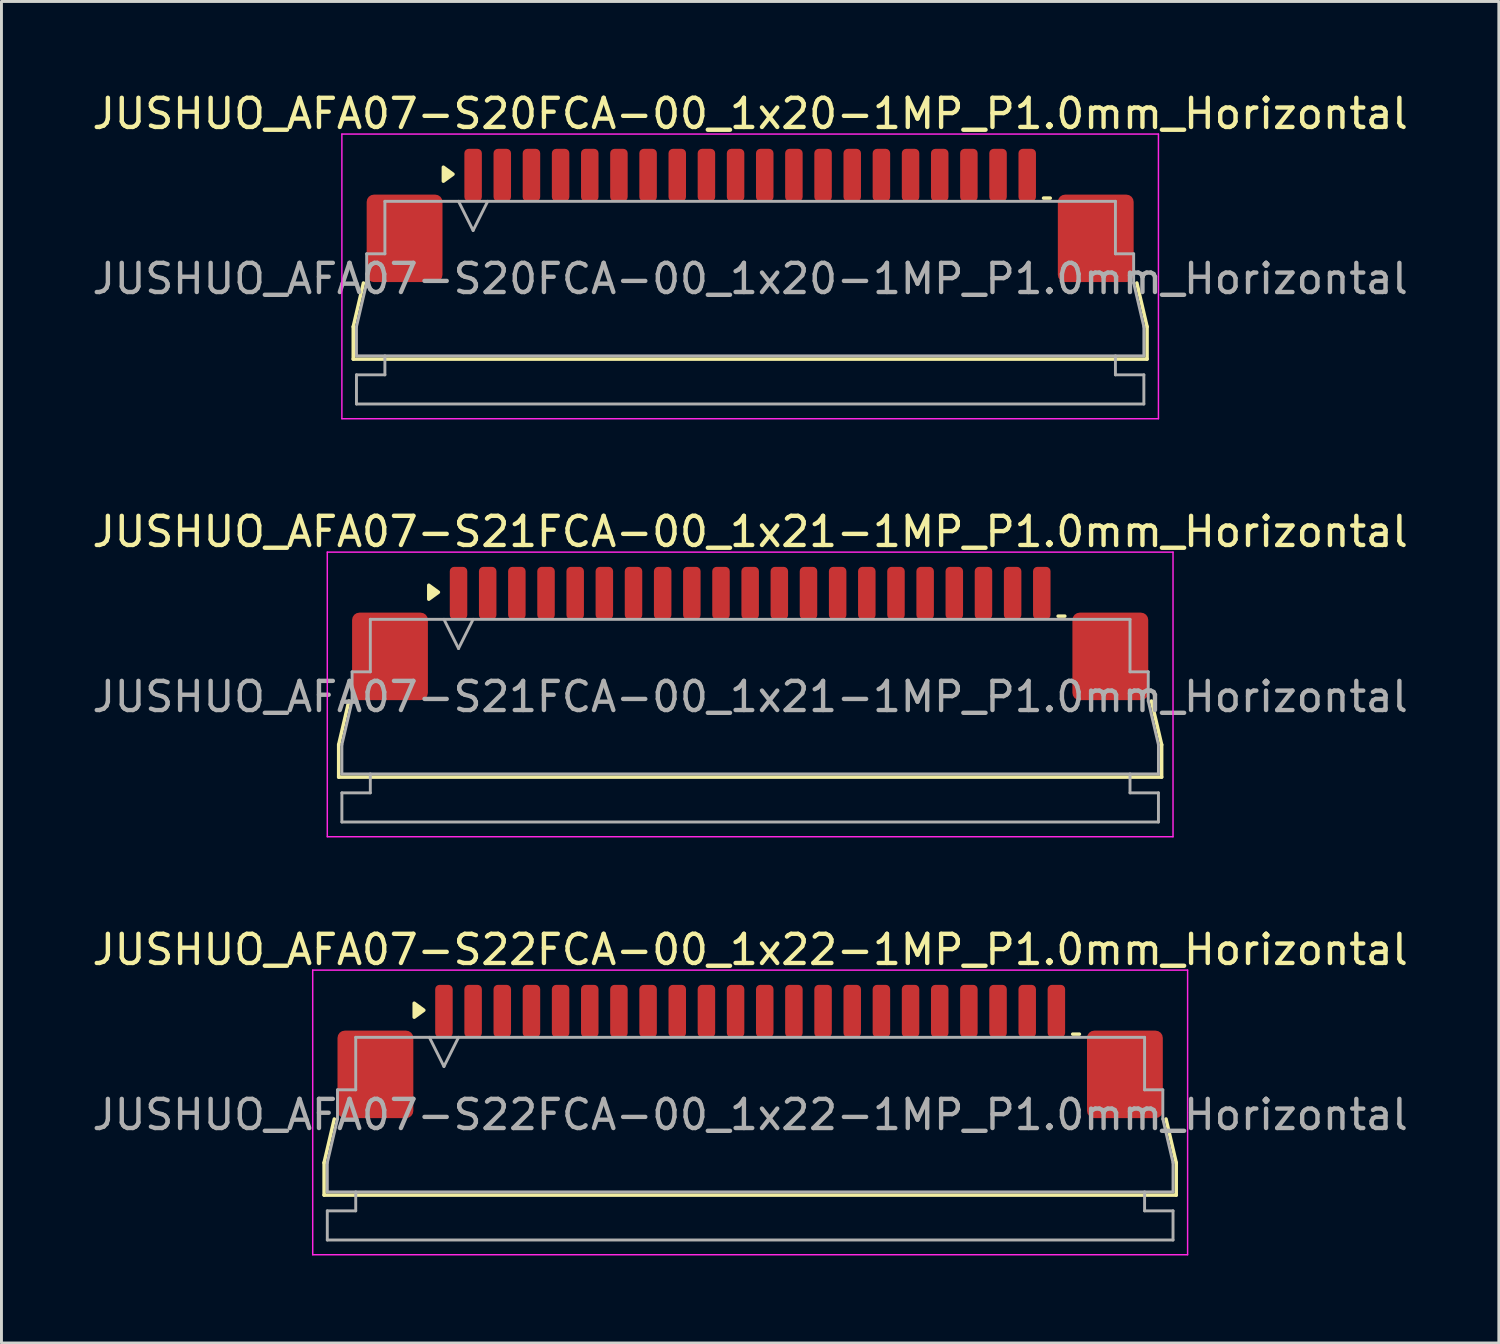
<source format=kicad_pcb>
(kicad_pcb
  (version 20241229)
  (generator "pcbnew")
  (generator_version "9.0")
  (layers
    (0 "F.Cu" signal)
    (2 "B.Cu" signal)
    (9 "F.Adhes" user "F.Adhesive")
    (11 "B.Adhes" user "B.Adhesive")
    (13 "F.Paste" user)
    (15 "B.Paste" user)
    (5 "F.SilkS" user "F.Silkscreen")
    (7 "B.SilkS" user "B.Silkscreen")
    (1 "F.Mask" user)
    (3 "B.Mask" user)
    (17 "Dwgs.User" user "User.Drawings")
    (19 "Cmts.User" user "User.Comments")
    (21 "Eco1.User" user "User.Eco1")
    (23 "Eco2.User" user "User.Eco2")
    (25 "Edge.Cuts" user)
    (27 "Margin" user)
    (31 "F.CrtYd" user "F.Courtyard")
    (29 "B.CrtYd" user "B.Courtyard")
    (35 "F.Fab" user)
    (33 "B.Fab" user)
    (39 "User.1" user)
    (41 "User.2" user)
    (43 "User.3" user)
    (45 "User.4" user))
  (footprint "JUSHUO_AFA07-S22FCA-00_1x22-1MP_P1.0mm_Horizontal"
    (layer "F.Cu")
    (at 22.673 34.995)
    (property "Reference" "JUSHUO_AFA07-S22FCA-00_1x22-1MP_P1.0mm_Horizontal" (at 0 -5.48 0) (layer "F.SilkS") (effects (font (size 1 1) (thickness 0.15))))
    (attr smd)
    (fp_line (start -14.61 1.825) (end -14.26 0.325) (stroke (width 0.12) (type solid)) (layer "F.SilkS"))
    (fp_line (start -14.61 2.935) (end -14.61 1.825) (stroke (width 0.12) (type solid)) (layer "F.SilkS"))
    (fp_line (start 11.06 -2.585) (end 11.29 -2.585) (stroke (width 0.12) (type solid)) (layer "F.SilkS"))
    (fp_line (start 14.26 0.325) (end 14.61 1.825) (stroke (width 0.12) (type solid)) (layer "F.SilkS"))
    (fp_line (start 14.61 1.825) (end 14.61 2.935) (stroke (width 0.12) (type solid)) (layer "F.SilkS"))
    (fp_line (start 14.61 2.935) (end -14.61 2.935) (stroke (width 0.12) (type solid)) (layer "F.SilkS"))
    (fp_poly (pts (xy -11.19 -3.405) (xy -11.52 -3.165) (xy -11.52 -3.645)) (stroke (width 0.12) (type solid)) (fill yes) (layer "F.SilkS"))
    (fp_line (start -15 -4.78) (end -15 4.98) (stroke (width 0.05) (type solid)) (layer "F.CrtYd"))
    (fp_line (start -15 4.98) (end 15 4.98) (stroke (width 0.05) (type solid)) (layer "F.CrtYd"))
    (fp_line (start 15 -4.78) (end -15 -4.78) (stroke (width 0.05) (type solid)) (layer "F.CrtYd"))
    (fp_line (start 15 4.98) (end 15 -4.78) (stroke (width 0.05) (type solid)) (layer "F.CrtYd"))
    (fp_line (start -14.5 1.825) (end -14.15 0.325) (stroke (width 0.1) (type solid)) (layer "F.Fab"))
    (fp_line (start -14.5 2.825) (end -14.5 1.825) (stroke (width 0.1) (type solid)) (layer "F.Fab"))
    (fp_line (start -14.5 3.475) (end -13.525 3.475) (stroke (width 0.1) (type solid)) (layer "F.Fab"))
    (fp_line (start -14.5 4.475) (end -14.5 3.475) (stroke (width 0.1) (type solid)) (layer "F.Fab"))
    (fp_line (start -14.15 -0.675) (end -13.525 -0.675) (stroke (width 0.1) (type solid)) (layer "F.Fab"))
    (fp_line (start -14.15 0.325) (end -14.15 -0.675) (stroke (width 0.1) (type solid)) (layer "F.Fab"))
    (fp_line (start -13.525 -2.475) (end 13.525 -2.475) (stroke (width 0.1) (type solid)) (layer "F.Fab"))
    (fp_line (start -13.525 -0.675) (end -13.525 -2.475) (stroke (width 0.1) (type solid)) (layer "F.Fab"))
    (fp_line (start -13.525 3.475) (end -13.525 2.825) (stroke (width 0.1) (type solid)) (layer "F.Fab"))
    (fp_line (start -11 -2.475) (end -10.5 -1.475) (stroke (width 0.1) (type solid)) (layer "F.Fab"))
    (fp_line (start -10.5 -1.475) (end -10 -2.475) (stroke (width 0.1) (type solid)) (layer "F.Fab"))
    (fp_line (start 13.525 -2.475) (end 13.525 -0.675) (stroke (width 0.1) (type solid)) (layer "F.Fab"))
    (fp_line (start 13.525 -0.675) (end 14.15 -0.675) (stroke (width 0.1) (type solid)) (layer "F.Fab"))
    (fp_line (start 13.525 2.825) (end 13.525 3.475) (stroke (width 0.1) (type solid)) (layer "F.Fab"))
    (fp_line (start 13.525 3.475) (end 14.5 3.475) (stroke (width 0.1) (type solid)) (layer "F.Fab"))
    (fp_line (start 14.15 -0.675) (end 14.15 0.325) (stroke (width 0.1) (type solid)) (layer "F.Fab"))
    (fp_line (start 14.15 0.325) (end 14.5 1.825) (stroke (width 0.1) (type solid)) (layer "F.Fab"))
    (fp_line (start 14.5 1.825) (end 14.5 2.825) (stroke (width 0.1) (type solid)) (layer "F.Fab"))
    (fp_line (start 14.5 2.825) (end -14.5 2.825) (stroke (width 0.1) (type solid)) (layer "F.Fab"))
    (fp_line (start 14.5 3.475) (end 14.5 4.475) (stroke (width 0.1) (type solid)) (layer "F.Fab"))
    (fp_line (start 14.5 4.475) (end -14.5 4.475) (stroke (width 0.1) (type solid)) (layer "F.Fab"))
    (fp_text user "${REFERENCE}" (at 0 0.18 0) (layer "F.Fab") (effects (font (size 1 1) (thickness 0.15))))
    (pad "1" smd roundrect (at -10.5 -3.375) (size 0.6 1.8) (layers "F.Cu" "F.Mask" "F.Paste") (roundrect_rratio 0.25))
    (pad "2" smd roundrect (at -9.5 -3.375) (size 0.6 1.8) (layers "F.Cu" "F.Mask" "F.Paste") (roundrect_rratio 0.25))
    (pad "3" smd roundrect (at -8.5 -3.375) (size 0.6 1.8) (layers "F.Cu" "F.Mask" "F.Paste") (roundrect_rratio 0.25))
    (pad "4" smd roundrect (at -7.5 -3.375) (size 0.6 1.8) (layers "F.Cu" "F.Mask" "F.Paste") (roundrect_rratio 0.25))
    (pad "5" smd roundrect (at -6.5 -3.375) (size 0.6 1.8) (layers "F.Cu" "F.Mask" "F.Paste") (roundrect_rratio 0.25))
    (pad "6" smd roundrect (at -5.5 -3.375) (size 0.6 1.8) (layers "F.Cu" "F.Mask" "F.Paste") (roundrect_rratio 0.25))
    (pad "7" smd roundrect (at -4.5 -3.375) (size 0.6 1.8) (layers "F.Cu" "F.Mask" "F.Paste") (roundrect_rratio 0.25))
    (pad "8" smd roundrect (at -3.5 -3.375) (size 0.6 1.8) (layers "F.Cu" "F.Mask" "F.Paste") (roundrect_rratio 0.25))
    (pad "9" smd roundrect (at -2.5 -3.375) (size 0.6 1.8) (layers "F.Cu" "F.Mask" "F.Paste") (roundrect_rratio 0.25))
    (pad "10" smd roundrect (at -1.5 -3.375) (size 0.6 1.8) (layers "F.Cu" "F.Mask" "F.Paste") (roundrect_rratio 0.25))
    (pad "11" smd roundrect (at -0.5 -3.375) (size 0.6 1.8) (layers "F.Cu" "F.Mask" "F.Paste") (roundrect_rratio 0.25))
    (pad "12" smd roundrect (at 0.5 -3.375) (size 0.6 1.8) (layers "F.Cu" "F.Mask" "F.Paste") (roundrect_rratio 0.25))
    (pad "13" smd roundrect (at 1.5 -3.375) (size 0.6 1.8) (layers "F.Cu" "F.Mask" "F.Paste") (roundrect_rratio 0.25))
    (pad "14" smd roundrect (at 2.5 -3.375) (size 0.6 1.8) (layers "F.Cu" "F.Mask" "F.Paste") (roundrect_rratio 0.25))
    (pad "15" smd roundrect (at 3.5 -3.375) (size 0.6 1.8) (layers "F.Cu" "F.Mask" "F.Paste") (roundrect_rratio 0.25))
    (pad "16" smd roundrect (at 4.5 -3.375) (size 0.6 1.8) (layers "F.Cu" "F.Mask" "F.Paste") (roundrect_rratio 0.25))
    (pad "17" smd roundrect (at 5.5 -3.375) (size 0.6 1.8) (layers "F.Cu" "F.Mask" "F.Paste") (roundrect_rratio 0.25))
    (pad "18" smd roundrect (at 6.5 -3.375) (size 0.6 1.8) (layers "F.Cu" "F.Mask" "F.Paste") (roundrect_rratio 0.25))
    (pad "19" smd roundrect (at 7.5 -3.375) (size 0.6 1.8) (layers "F.Cu" "F.Mask" "F.Paste") (roundrect_rratio 0.25))
    (pad "20" smd roundrect (at 8.5 -3.375) (size 0.6 1.8) (layers "F.Cu" "F.Mask" "F.Paste") (roundrect_rratio 0.25))
    (pad "21" smd roundrect (at 9.5 -3.375) (size 0.6 1.8) (layers "F.Cu" "F.Mask" "F.Paste") (roundrect_rratio 0.25))
    (pad "22" smd roundrect (at 10.5 -3.375) (size 0.6 1.8) (layers "F.Cu" "F.Mask" "F.Paste") (roundrect_rratio 0.25))
    (pad "MP" smd roundrect (at -12.85 -1.205) (size 2.6 3) (layers "F.Cu" "F.Mask" "F.Paste") (roundrect_rratio 0.096))
    (pad "MP" smd roundrect (at 12.85 -1.205) (size 2.6 3) (layers "F.Cu" "F.Mask" "F.Paste") (roundrect_rratio 0.096)))
  (footprint "JUSHUO_AFA07-S21FCA-00_1x21-1MP_P1.0mm_Horizontal"
    (layer "F.Cu")
    (at 22.673 20.662)
    (property "Reference" "JUSHUO_AFA07-S21FCA-00_1x21-1MP_P1.0mm_Horizontal" (at 0 -5.48 0) (layer "F.SilkS") (effects (font (size 1 1) (thickness 0.15))))
    (attr smd)
    (fp_line (start -14.11 1.825) (end -13.76 0.325) (stroke (width 0.12) (type solid)) (layer "F.SilkS"))
    (fp_line (start -14.11 2.935) (end -14.11 1.825) (stroke (width 0.12) (type solid)) (layer "F.SilkS"))
    (fp_line (start 10.56 -2.585) (end 10.79 -2.585) (stroke (width 0.12) (type solid)) (layer "F.SilkS"))
    (fp_line (start 13.76 0.325) (end 14.11 1.825) (stroke (width 0.12) (type solid)) (layer "F.SilkS"))
    (fp_line (start 14.11 1.825) (end 14.11 2.935) (stroke (width 0.12) (type solid)) (layer "F.SilkS"))
    (fp_line (start 14.11 2.935) (end -14.11 2.935) (stroke (width 0.12) (type solid)) (layer "F.SilkS"))
    (fp_poly (pts (xy -10.69 -3.405) (xy -11.02 -3.165) (xy -11.02 -3.645)) (stroke (width 0.12) (type solid)) (fill yes) (layer "F.SilkS"))
    (fp_line (start -14.5 -4.78) (end -14.5 4.98) (stroke (width 0.05) (type solid)) (layer "F.CrtYd"))
    (fp_line (start -14.5 4.98) (end 14.5 4.98) (stroke (width 0.05) (type solid)) (layer "F.CrtYd"))
    (fp_line (start 14.5 -4.78) (end -14.5 -4.78) (stroke (width 0.05) (type solid)) (layer "F.CrtYd"))
    (fp_line (start 14.5 4.98) (end 14.5 -4.78) (stroke (width 0.05) (type solid)) (layer "F.CrtYd"))
    (fp_line (start -14 1.825) (end -13.65 0.325) (stroke (width 0.1) (type solid)) (layer "F.Fab"))
    (fp_line (start -14 2.825) (end -14 1.825) (stroke (width 0.1) (type solid)) (layer "F.Fab"))
    (fp_line (start -14 3.475) (end -13.025 3.475) (stroke (width 0.1) (type solid)) (layer "F.Fab"))
    (fp_line (start -14 4.475) (end -14 3.475) (stroke (width 0.1) (type solid)) (layer "F.Fab"))
    (fp_line (start -13.65 -0.675) (end -13.025 -0.675) (stroke (width 0.1) (type solid)) (layer "F.Fab"))
    (fp_line (start -13.65 0.325) (end -13.65 -0.675) (stroke (width 0.1) (type solid)) (layer "F.Fab"))
    (fp_line (start -13.025 -2.475) (end 13.025 -2.475) (stroke (width 0.1) (type solid)) (layer "F.Fab"))
    (fp_line (start -13.025 -0.675) (end -13.025 -2.475) (stroke (width 0.1) (type solid)) (layer "F.Fab"))
    (fp_line (start -13.025 3.475) (end -13.025 2.825) (stroke (width 0.1) (type solid)) (layer "F.Fab"))
    (fp_line (start -10.5 -2.475) (end -10 -1.475) (stroke (width 0.1) (type solid)) (layer "F.Fab"))
    (fp_line (start -10 -1.475) (end -9.5 -2.475) (stroke (width 0.1) (type solid)) (layer "F.Fab"))
    (fp_line (start 13.025 -2.475) (end 13.025 -0.675) (stroke (width 0.1) (type solid)) (layer "F.Fab"))
    (fp_line (start 13.025 -0.675) (end 13.65 -0.675) (stroke (width 0.1) (type solid)) (layer "F.Fab"))
    (fp_line (start 13.025 2.825) (end 13.025 3.475) (stroke (width 0.1) (type solid)) (layer "F.Fab"))
    (fp_line (start 13.025 3.475) (end 14 3.475) (stroke (width 0.1) (type solid)) (layer "F.Fab"))
    (fp_line (start 13.65 -0.675) (end 13.65 0.325) (stroke (width 0.1) (type solid)) (layer "F.Fab"))
    (fp_line (start 13.65 0.325) (end 14 1.825) (stroke (width 0.1) (type solid)) (layer "F.Fab"))
    (fp_line (start 14 1.825) (end 14 2.825) (stroke (width 0.1) (type solid)) (layer "F.Fab"))
    (fp_line (start 14 2.825) (end -14 2.825) (stroke (width 0.1) (type solid)) (layer "F.Fab"))
    (fp_line (start 14 3.475) (end 14 4.475) (stroke (width 0.1) (type solid)) (layer "F.Fab"))
    (fp_line (start 14 4.475) (end -14 4.475) (stroke (width 0.1) (type solid)) (layer "F.Fab"))
    (fp_text user "${REFERENCE}" (at 0 0.18 0) (layer "F.Fab") (effects (font (size 1 1) (thickness 0.15))))
    (pad "1" smd roundrect (at -10 -3.375) (size 0.6 1.8) (layers "F.Cu" "F.Mask" "F.Paste") (roundrect_rratio 0.25))
    (pad "2" smd roundrect (at -9 -3.375) (size 0.6 1.8) (layers "F.Cu" "F.Mask" "F.Paste") (roundrect_rratio 0.25))
    (pad "3" smd roundrect (at -8 -3.375) (size 0.6 1.8) (layers "F.Cu" "F.Mask" "F.Paste") (roundrect_rratio 0.25))
    (pad "4" smd roundrect (at -7 -3.375) (size 0.6 1.8) (layers "F.Cu" "F.Mask" "F.Paste") (roundrect_rratio 0.25))
    (pad "5" smd roundrect (at -6 -3.375) (size 0.6 1.8) (layers "F.Cu" "F.Mask" "F.Paste") (roundrect_rratio 0.25))
    (pad "6" smd roundrect (at -5 -3.375) (size 0.6 1.8) (layers "F.Cu" "F.Mask" "F.Paste") (roundrect_rratio 0.25))
    (pad "7" smd roundrect (at -4 -3.375) (size 0.6 1.8) (layers "F.Cu" "F.Mask" "F.Paste") (roundrect_rratio 0.25))
    (pad "8" smd roundrect (at -3 -3.375) (size 0.6 1.8) (layers "F.Cu" "F.Mask" "F.Paste") (roundrect_rratio 0.25))
    (pad "9" smd roundrect (at -2 -3.375) (size 0.6 1.8) (layers "F.Cu" "F.Mask" "F.Paste") (roundrect_rratio 0.25))
    (pad "10" smd roundrect (at -1 -3.375) (size 0.6 1.8) (layers "F.Cu" "F.Mask" "F.Paste") (roundrect_rratio 0.25))
    (pad "11" smd roundrect (at 0 -3.375) (size 0.6 1.8) (layers "F.Cu" "F.Mask" "F.Paste") (roundrect_rratio 0.25))
    (pad "12" smd roundrect (at 1 -3.375) (size 0.6 1.8) (layers "F.Cu" "F.Mask" "F.Paste") (roundrect_rratio 0.25))
    (pad "13" smd roundrect (at 2 -3.375) (size 0.6 1.8) (layers "F.Cu" "F.Mask" "F.Paste") (roundrect_rratio 0.25))
    (pad "14" smd roundrect (at 3 -3.375) (size 0.6 1.8) (layers "F.Cu" "F.Mask" "F.Paste") (roundrect_rratio 0.25))
    (pad "15" smd roundrect (at 4 -3.375) (size 0.6 1.8) (layers "F.Cu" "F.Mask" "F.Paste") (roundrect_rratio 0.25))
    (pad "16" smd roundrect (at 5 -3.375) (size 0.6 1.8) (layers "F.Cu" "F.Mask" "F.Paste") (roundrect_rratio 0.25))
    (pad "17" smd roundrect (at 6 -3.375) (size 0.6 1.8) (layers "F.Cu" "F.Mask" "F.Paste") (roundrect_rratio 0.25))
    (pad "18" smd roundrect (at 7 -3.375) (size 0.6 1.8) (layers "F.Cu" "F.Mask" "F.Paste") (roundrect_rratio 0.25))
    (pad "19" smd roundrect (at 8 -3.375) (size 0.6 1.8) (layers "F.Cu" "F.Mask" "F.Paste") (roundrect_rratio 0.25))
    (pad "20" smd roundrect (at 9 -3.375) (size 0.6 1.8) (layers "F.Cu" "F.Mask" "F.Paste") (roundrect_rratio 0.25))
    (pad "21" smd roundrect (at 10 -3.375) (size 0.6 1.8) (layers "F.Cu" "F.Mask" "F.Paste") (roundrect_rratio 0.25))
    (pad "MP" smd roundrect (at -12.35 -1.205) (size 2.6 3) (layers "F.Cu" "F.Mask" "F.Paste") (roundrect_rratio 0.096))
    (pad "MP" smd roundrect (at 12.35 -1.205) (size 2.6 3) (layers "F.Cu" "F.Mask" "F.Paste") (roundrect_rratio 0.096)))
  (footprint "JUSHUO_AFA07-S20FCA-00_1x20-1MP_P1.0mm_Horizontal"
    (layer "F.Cu")
    (at 22.673 6.328)
    (property "Reference" "JUSHUO_AFA07-S20FCA-00_1x20-1MP_P1.0mm_Horizontal" (at 0 -5.48 0) (layer "F.SilkS") (effects (font (size 1 1) (thickness 0.15))))
    (attr smd)
    (fp_line (start -13.61 1.825) (end -13.26 0.325) (stroke (width 0.12) (type solid)) (layer "F.SilkS"))
    (fp_line (start -13.61 2.935) (end -13.61 1.825) (stroke (width 0.12) (type solid)) (layer "F.SilkS"))
    (fp_line (start 10.06 -2.585) (end 10.29 -2.585) (stroke (width 0.12) (type solid)) (layer "F.SilkS"))
    (fp_line (start 13.26 0.325) (end 13.61 1.825) (stroke (width 0.12) (type solid)) (layer "F.SilkS"))
    (fp_line (start 13.61 1.825) (end 13.61 2.935) (stroke (width 0.12) (type solid)) (layer "F.SilkS"))
    (fp_line (start 13.61 2.935) (end -13.61 2.935) (stroke (width 0.12) (type solid)) (layer "F.SilkS"))
    (fp_poly (pts (xy -10.19 -3.405) (xy -10.52 -3.165) (xy -10.52 -3.645)) (stroke (width 0.12) (type solid)) (fill yes) (layer "F.SilkS"))
    (fp_line (start -14 -4.78) (end -14 4.98) (stroke (width 0.05) (type solid)) (layer "F.CrtYd"))
    (fp_line (start -14 4.98) (end 14 4.98) (stroke (width 0.05) (type solid)) (layer "F.CrtYd"))
    (fp_line (start 14 -4.78) (end -14 -4.78) (stroke (width 0.05) (type solid)) (layer "F.CrtYd"))
    (fp_line (start 14 4.98) (end 14 -4.78) (stroke (width 0.05) (type solid)) (layer "F.CrtYd"))
    (fp_line (start -13.5 1.825) (end -13.15 0.325) (stroke (width 0.1) (type solid)) (layer "F.Fab"))
    (fp_line (start -13.5 2.825) (end -13.5 1.825) (stroke (width 0.1) (type solid)) (layer "F.Fab"))
    (fp_line (start -13.5 3.475) (end -12.525 3.475) (stroke (width 0.1) (type solid)) (layer "F.Fab"))
    (fp_line (start -13.5 4.475) (end -13.5 3.475) (stroke (width 0.1) (type solid)) (layer "F.Fab"))
    (fp_line (start -13.15 -0.675) (end -12.525 -0.675) (stroke (width 0.1) (type solid)) (layer "F.Fab"))
    (fp_line (start -13.15 0.325) (end -13.15 -0.675) (stroke (width 0.1) (type solid)) (layer "F.Fab"))
    (fp_line (start -12.525 -2.475) (end 12.525 -2.475) (stroke (width 0.1) (type solid)) (layer "F.Fab"))
    (fp_line (start -12.525 -0.675) (end -12.525 -2.475) (stroke (width 0.1) (type solid)) (layer "F.Fab"))
    (fp_line (start -12.525 3.475) (end -12.525 2.825) (stroke (width 0.1) (type solid)) (layer "F.Fab"))
    (fp_line (start -10 -2.475) (end -9.5 -1.475) (stroke (width 0.1) (type solid)) (layer "F.Fab"))
    (fp_line (start -9.5 -1.475) (end -9 -2.475) (stroke (width 0.1) (type solid)) (layer "F.Fab"))
    (fp_line (start 12.525 -2.475) (end 12.525 -0.675) (stroke (width 0.1) (type solid)) (layer "F.Fab"))
    (fp_line (start 12.525 -0.675) (end 13.15 -0.675) (stroke (width 0.1) (type solid)) (layer "F.Fab"))
    (fp_line (start 12.525 2.825) (end 12.525 3.475) (stroke (width 0.1) (type solid)) (layer "F.Fab"))
    (fp_line (start 12.525 3.475) (end 13.5 3.475) (stroke (width 0.1) (type solid)) (layer "F.Fab"))
    (fp_line (start 13.15 -0.675) (end 13.15 0.325) (stroke (width 0.1) (type solid)) (layer "F.Fab"))
    (fp_line (start 13.15 0.325) (end 13.5 1.825) (stroke (width 0.1) (type solid)) (layer "F.Fab"))
    (fp_line (start 13.5 1.825) (end 13.5 2.825) (stroke (width 0.1) (type solid)) (layer "F.Fab"))
    (fp_line (start 13.5 2.825) (end -13.5 2.825) (stroke (width 0.1) (type solid)) (layer "F.Fab"))
    (fp_line (start 13.5 3.475) (end 13.5 4.475) (stroke (width 0.1) (type solid)) (layer "F.Fab"))
    (fp_line (start 13.5 4.475) (end -13.5 4.475) (stroke (width 0.1) (type solid)) (layer "F.Fab"))
    (fp_text user "${REFERENCE}" (at 0 0.18 0) (layer "F.Fab") (effects (font (size 1 1) (thickness 0.15))))
    (pad "1" smd roundrect (at -9.5 -3.375) (size 0.6 1.8) (layers "F.Cu" "F.Mask" "F.Paste") (roundrect_rratio 0.25))
    (pad "2" smd roundrect (at -8.5 -3.375) (size 0.6 1.8) (layers "F.Cu" "F.Mask" "F.Paste") (roundrect_rratio 0.25))
    (pad "3" smd roundrect (at -7.5 -3.375) (size 0.6 1.8) (layers "F.Cu" "F.Mask" "F.Paste") (roundrect_rratio 0.25))
    (pad "4" smd roundrect (at -6.5 -3.375) (size 0.6 1.8) (layers "F.Cu" "F.Mask" "F.Paste") (roundrect_rratio 0.25))
    (pad "5" smd roundrect (at -5.5 -3.375) (size 0.6 1.8) (layers "F.Cu" "F.Mask" "F.Paste") (roundrect_rratio 0.25))
    (pad "6" smd roundrect (at -4.5 -3.375) (size 0.6 1.8) (layers "F.Cu" "F.Mask" "F.Paste") (roundrect_rratio 0.25))
    (pad "7" smd roundrect (at -3.5 -3.375) (size 0.6 1.8) (layers "F.Cu" "F.Mask" "F.Paste") (roundrect_rratio 0.25))
    (pad "8" smd roundrect (at -2.5 -3.375) (size 0.6 1.8) (layers "F.Cu" "F.Mask" "F.Paste") (roundrect_rratio 0.25))
    (pad "9" smd roundrect (at -1.5 -3.375) (size 0.6 1.8) (layers "F.Cu" "F.Mask" "F.Paste") (roundrect_rratio 0.25))
    (pad "10" smd roundrect (at -0.5 -3.375) (size 0.6 1.8) (layers "F.Cu" "F.Mask" "F.Paste") (roundrect_rratio 0.25))
    (pad "11" smd roundrect (at 0.5 -3.375) (size 0.6 1.8) (layers "F.Cu" "F.Mask" "F.Paste") (roundrect_rratio 0.25))
    (pad "12" smd roundrect (at 1.5 -3.375) (size 0.6 1.8) (layers "F.Cu" "F.Mask" "F.Paste") (roundrect_rratio 0.25))
    (pad "13" smd roundrect (at 2.5 -3.375) (size 0.6 1.8) (layers "F.Cu" "F.Mask" "F.Paste") (roundrect_rratio 0.25))
    (pad "14" smd roundrect (at 3.5 -3.375) (size 0.6 1.8) (layers "F.Cu" "F.Mask" "F.Paste") (roundrect_rratio 0.25))
    (pad "15" smd roundrect (at 4.5 -3.375) (size 0.6 1.8) (layers "F.Cu" "F.Mask" "F.Paste") (roundrect_rratio 0.25))
    (pad "16" smd roundrect (at 5.5 -3.375) (size 0.6 1.8) (layers "F.Cu" "F.Mask" "F.Paste") (roundrect_rratio 0.25))
    (pad "17" smd roundrect (at 6.5 -3.375) (size 0.6 1.8) (layers "F.Cu" "F.Mask" "F.Paste") (roundrect_rratio 0.25))
    (pad "18" smd roundrect (at 7.5 -3.375) (size 0.6 1.8) (layers "F.Cu" "F.Mask" "F.Paste") (roundrect_rratio 0.25))
    (pad "19" smd roundrect (at 8.5 -3.375) (size 0.6 1.8) (layers "F.Cu" "F.Mask" "F.Paste") (roundrect_rratio 0.25))
    (pad "20" smd roundrect (at 9.5 -3.375) (size 0.6 1.8) (layers "F.Cu" "F.Mask" "F.Paste") (roundrect_rratio 0.25))
    (pad "MP" smd roundrect (at -11.85 -1.205) (size 2.6 3) (layers "F.Cu" "F.Mask" "F.Paste") (roundrect_rratio 0.096))
    (pad "MP" smd roundrect (at 11.85 -1.205) (size 2.6 3) (layers "F.Cu" "F.Mask" "F.Paste") (roundrect_rratio 0.096)))
  (gr_rect
    (start -3 -3)
    (end 48.345 43)
    (stroke (width 0.1) (type default))
    (fill no)
    (layer "Edge.Cuts")))
</source>
